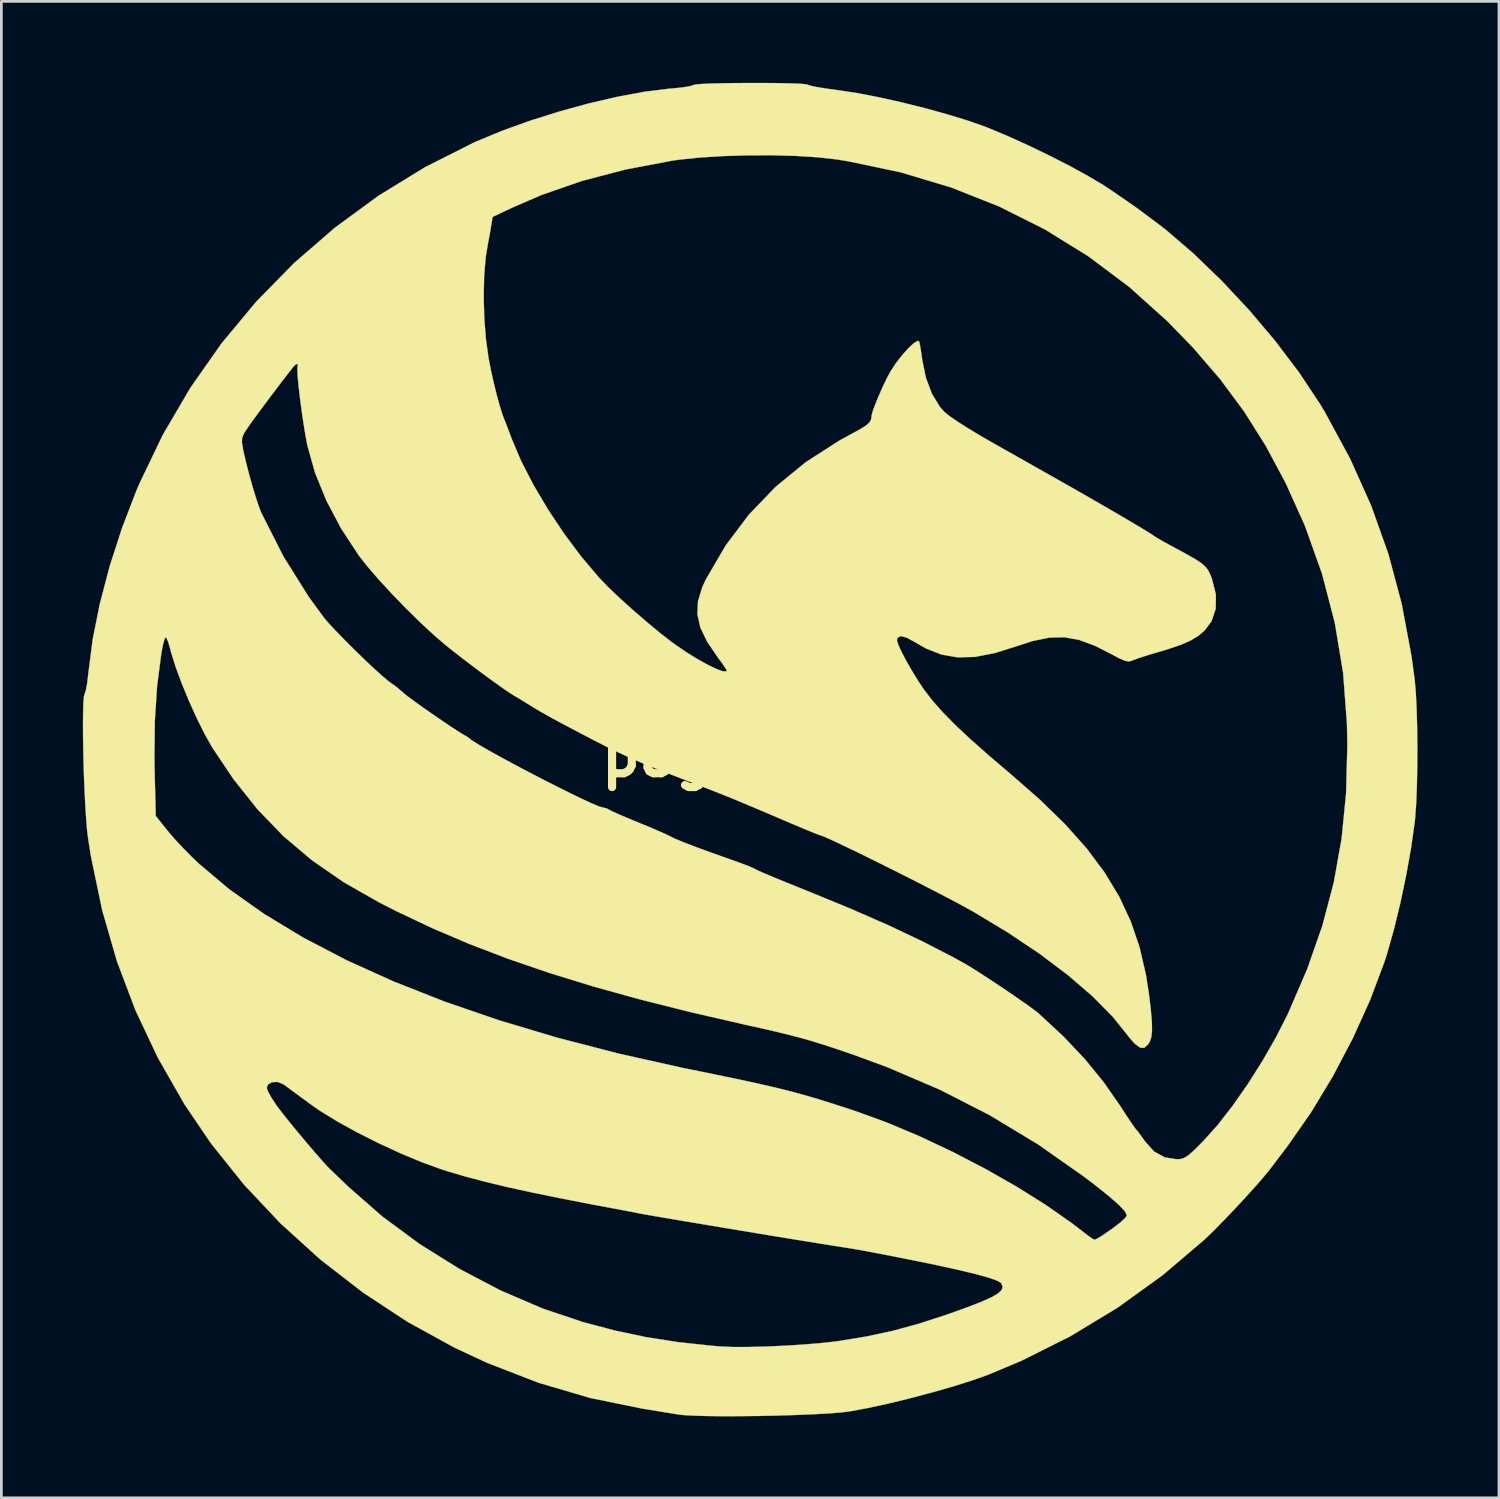
<source format=kicad_pcb>
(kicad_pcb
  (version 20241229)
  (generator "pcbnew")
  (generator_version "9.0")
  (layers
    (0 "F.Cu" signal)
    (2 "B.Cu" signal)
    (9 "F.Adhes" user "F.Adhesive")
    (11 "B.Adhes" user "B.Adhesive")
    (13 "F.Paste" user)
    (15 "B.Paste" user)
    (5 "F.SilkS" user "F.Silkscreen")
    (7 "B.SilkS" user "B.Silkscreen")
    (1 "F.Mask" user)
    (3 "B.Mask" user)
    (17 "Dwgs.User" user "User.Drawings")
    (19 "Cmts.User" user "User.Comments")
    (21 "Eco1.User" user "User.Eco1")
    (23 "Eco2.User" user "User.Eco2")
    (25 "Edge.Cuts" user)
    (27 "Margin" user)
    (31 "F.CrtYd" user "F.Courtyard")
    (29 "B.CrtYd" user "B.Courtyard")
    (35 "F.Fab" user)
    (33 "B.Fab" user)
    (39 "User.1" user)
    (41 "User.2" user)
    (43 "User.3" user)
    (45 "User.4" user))
  (footprint "pega_logo"
    (layer "F.Cu")
    (at 24.889 24.726)
    (property "Reference" "pega_logo" (at 0 0 0) (layer "F.SilkS") (effects (font (size 1.524 1.524) (thickness 0.3))))
    (attr through_hole)
    (fp_poly (pts (xy 0.213 -24.72) (xy 0.698 -24.716) (xy 1.127 -24.707) (xy 1.471 -24.695) (xy 1.702 -24.678) (xy 1.792 -24.658) (xy 1.792 -24.658) (xy 1.882 -24.624) (xy 2.108 -24.576) (xy 2.44 -24.521) (xy 2.845 -24.464) (xy 2.963 -24.449) (xy 3.641 -24.345) (xy 4.42 -24.194) (xy 5.256 -24.007) (xy 6.107 -23.795) (xy 6.928 -23.568) (xy 7.678 -23.339) (xy 8.313 -23.117) (xy 8.44 -23.067) (xy 9.176 -22.758) (xy 9.946 -22.409) (xy 10.715 -22.038) (xy 11.451 -21.661) (xy 12.118 -21.295) (xy 12.684 -20.959) (xy 12.996 -20.753) (xy 13.304 -20.539) (xy 13.661 -20.292) (xy 13.908 -20.122) (xy 14.941 -19.349) (xy 15.995 -18.443) (xy 17.043 -17.431) (xy 18.058 -16.345) (xy 19.015 -15.211) (xy 19.886 -14.059) (xy 20.644 -12.919) (xy 20.823 -12.622) (xy 21.76 -10.895) (xy 22.54 -9.155) (xy 23.172 -7.379) (xy 23.663 -5.543) (xy 24.022 -3.622) (xy 24.14 -2.752) (xy 24.181 -2.283) (xy 24.211 -1.686) (xy 24.23 -1.001) (xy 24.238 -0.267) (xy 24.234 0.473) (xy 24.22 1.182) (xy 24.194 1.817) (xy 24.157 2.339) (xy 24.14 2.498) (xy 24.007 3.437) (xy 23.828 4.438) (xy 23.616 5.449) (xy 23.381 6.417) (xy 23.135 7.291) (xy 23.024 7.64) (xy 22.503 9.027) (xy 21.862 10.444) (xy 21.128 11.842) (xy 20.326 13.17) (xy 19.486 14.375) (xy 19.254 14.683) (xy 19.041 14.964) (xy 18.883 15.174) (xy 18.84 15.23) (xy 18.617 15.506) (xy 18.304 15.868) (xy 17.929 16.284) (xy 17.523 16.721) (xy 17.117 17.147) (xy 16.741 17.53) (xy 16.423 17.837) (xy 16.393 17.865) (xy 14.852 19.174) (xy 13.205 20.36) (xy 11.471 21.411) (xy 9.668 22.316) (xy 8.424 22.837) (xy 7.843 23.043) (xy 7.139 23.265) (xy 6.355 23.489) (xy 5.535 23.706) (xy 4.723 23.902) (xy 3.963 24.067) (xy 3.344 24.181) (xy 3.015 24.221) (xy 2.554 24.257) (xy 1.99 24.288) (xy 1.351 24.314) (xy 0.666 24.335) (xy -0.037 24.35) (xy -0.729 24.357) (xy -1.382 24.358) (xy -1.968 24.351) (xy -2.457 24.336) (xy -2.822 24.313) (xy -2.963 24.295) (xy -3.258 24.247) (xy -3.653 24.183) (xy -4.083 24.113) (xy -4.276 24.083) (xy -6.214 23.687) (xy -8.124 23.124) (xy -10.005 22.395) (xy -11.214 21.831) (xy -12.942 20.881) (xy -14.594 19.793) (xy -16.157 18.581) (xy -17.617 17.256) (xy -18.959 15.831) (xy -20.171 14.317) (xy -21.148 12.876) (xy -21.495 12.269) (xy -18.119 12.269) (xy -18.071 12.41) (xy -17.944 12.639) (xy -17.764 12.912) (xy -17.725 12.966) (xy -17.536 13.213) (xy -17.278 13.536) (xy -16.976 13.904) (xy -16.658 14.283) (xy -16.352 14.643) (xy -16.082 14.952) (xy -15.878 15.177) (xy -15.805 15.251) (xy -15.692 15.359) (xy -15.492 15.551) (xy -15.238 15.794) (xy -15.102 15.924) (xy -13.862 17.01) (xy -12.496 18.018) (xy -11.037 18.93) (xy -9.515 19.729) (xy -7.962 20.396) (xy -6.463 20.899) (xy -5.287 21.209) (xy -4.151 21.449) (xy -2.99 21.631) (xy -1.743 21.765) (xy -1.397 21.793) (xy -0.96 21.811) (xy -0.398 21.811) (xy 0.248 21.795) (xy 0.934 21.765) (xy 1.618 21.723) (xy 2.257 21.67) (xy 2.81 21.61) (xy 2.963 21.589) (xy 3.988 21.418) (xy 4.936 21.214) (xy 5.877 20.957) (xy 6.883 20.63) (xy 7.003 20.589) (xy 7.663 20.352) (xy 8.174 20.154) (xy 8.548 19.987) (xy 8.797 19.843) (xy 8.934 19.715) (xy 8.973 19.595) (xy 8.925 19.476) (xy 8.903 19.447) (xy 8.761 19.364) (xy 8.454 19.257) (xy 7.987 19.128) (xy 7.361 18.977) (xy 6.581 18.805) (xy 5.65 18.613) (xy 4.57 18.401) (xy 3.768 18.248) (xy 3.578 18.216) (xy 3.269 18.165) (xy 2.891 18.105) (xy 2.625 18.063) (xy 2.302 18.012) (xy 1.863 17.942) (xy 1.331 17.855) (xy 0.726 17.756) (xy 0.071 17.648) (xy -0.611 17.535) (xy -1.299 17.42) (xy -1.97 17.308) (xy -2.603 17.202) (xy -3.174 17.106) (xy -3.663 17.023) (xy -4.047 16.957) (xy -4.304 16.912) (xy -4.403 16.893) (xy -4.653 16.842) (xy -4.861 16.802) (xy -6.185 16.555) (xy -7.356 16.327) (xy -8.388 16.115) (xy -9.296 15.915) (xy -10.095 15.723) (xy -10.8 15.537) (xy -11.425 15.353) (xy -11.684 15.271) (xy -12.404 15.01) (xy -13.186 14.684) (xy -13.99 14.313) (xy -14.777 13.917) (xy -15.508 13.515) (xy -16.143 13.126) (xy -16.51 12.872) (xy -16.846 12.623) (xy -17.149 12.4) (xy -17.383 12.228) (xy -17.504 12.14) (xy -17.715 12.053) (xy -17.925 12.061) (xy -18.077 12.151) (xy -18.119 12.269) (xy -21.495 12.269) (xy -22.126 11.165) (xy -22.952 9.416) (xy -23.634 7.611) (xy -24.177 5.731) (xy -24.589 3.759) (xy -24.694 3.101) (xy -24.734 2.767) (xy -24.77 2.329) (xy -24.802 1.811) (xy -24.83 1.239) (xy -24.853 0.639) (xy -24.865 0.217) (xy -22.254 0.217) (xy -22.248 0.559) (xy -22.205 2.261) (xy -21.775 2.802) (xy -21.524 3.096) (xy -21.196 3.448) (xy -20.842 3.805) (xy -20.628 4.009) (xy -19.504 4.958) (xy -18.219 5.868) (xy -16.779 6.739) (xy -15.19 7.568) (xy -13.455 8.353) (xy -11.582 9.092) (xy -9.575 9.782) (xy -7.438 10.421) (xy -5.178 11.007) (xy -2.8 11.538) (xy -2.469 11.605) (xy -1.528 11.797) (xy -0.727 11.964) (xy -0.038 12.113) (xy 0.565 12.251) (xy 1.108 12.386) (xy 1.62 12.523) (xy 2.126 12.67) (xy 2.654 12.834) (xy 3.23 13.02) (xy 3.598 13.142) (xy 4.734 13.557) (xy 5.927 14.06) (xy 7.14 14.633) (xy 8.341 15.257) (xy 9.493 15.913) (xy 10.564 16.585) (xy 11.517 17.252) (xy 11.886 17.536) (xy 12.109 17.708) (xy 12.279 17.826) (xy 12.351 17.864) (xy 12.452 17.822) (xy 12.623 17.72) (xy 12.629 17.716) (xy 13.008 17.455) (xy 13.301 17.23) (xy 13.487 17.057) (xy 13.545 16.96) (xy 13.475 16.819) (xy 13.264 16.592) (xy 12.913 16.282) (xy 12.428 15.891) (xy 11.98 15.549) (xy 10.26 14.342) (xy 8.496 13.277) (xy 6.661 12.338) (xy 4.726 11.51) (xy 3.514 11.064) (xy 2.912 10.857) (xy 2.394 10.686) (xy 1.921 10.54) (xy 1.452 10.408) (xy 0.946 10.279) (xy 0.365 10.141) (xy -0.334 9.984) (xy -0.508 9.946) (xy -2.526 9.481) (xy -4.392 9.012) (xy -6.122 8.532) (xy -7.733 8.035) (xy -9.243 7.517) (xy -10.667 6.972) (xy -12.023 6.394) (xy -13.328 5.776) (xy -13.97 5.45) (xy -15.28 4.704) (xy -16.449 3.897) (xy -17.501 3.009) (xy -18.459 2.017) (xy -19.348 0.9) (xy -20.121 -0.254) (xy -20.395 -0.737) (xy -20.687 -1.322) (xy -20.978 -1.964) (xy -21.247 -2.615) (xy -21.474 -3.229) (xy -21.64 -3.758) (xy -21.673 -3.888) (xy -21.742 -4.129) (xy -21.808 -4.285) (xy -21.84 -4.318) (xy -21.884 -4.241) (xy -21.94 -4.04) (xy -21.996 -3.757) (xy -21.998 -3.747) (xy -22.156 -2.521) (xy -22.241 -1.21) (xy -22.254 0.217) (xy -24.865 0.217) (xy -24.87 0.036) (xy -24.88 -0.545) (xy -24.884 -1.079) (xy -24.88 -1.54) (xy -24.868 -1.903) (xy -24.847 -2.143) (xy -24.824 -2.229) (xy -24.779 -2.356) (xy -24.733 -2.604) (xy -24.694 -2.923) (xy -24.687 -2.99) (xy -24.528 -4.231) (xy -24.262 -5.559) (xy -23.899 -6.938) (xy -23.449 -8.331) (xy -22.922 -9.703) (xy -22.819 -9.947) (xy -22.079 -11.489) (xy -19.034 -11.489) (xy -18.992 -11.237) (xy -18.975 -11.155) (xy -18.88 -10.74) (xy -18.758 -10.273) (xy -18.624 -9.8) (xy -18.491 -9.369) (xy -18.373 -9.029) (xy -18.316 -8.89) (xy -17.504 -7.289) (xy -16.576 -5.806) (xy -16.014 -5.038) (xy -15.833 -4.824) (xy -15.563 -4.535) (xy -15.234 -4.197) (xy -14.871 -3.835) (xy -14.502 -3.478) (xy -14.154 -3.151) (xy -13.855 -2.881) (xy -13.632 -2.695) (xy -13.558 -2.643) (xy -13.344 -2.486) (xy -13.111 -2.29) (xy -13.081 -2.262) (xy -12.937 -2.145) (xy -12.691 -1.963) (xy -12.375 -1.736) (xy -12.019 -1.487) (xy -11.657 -1.239) (xy -11.32 -1.012) (xy -11.04 -0.83) (xy -10.849 -0.713) (xy -10.795 -0.686) (xy -10.677 -0.61) (xy -10.668 -0.6) (xy -10.548 -0.507) (xy -10.301 -0.353) (xy -9.949 -0.15) (xy -9.516 0.091) (xy -9.024 0.356) (xy -8.497 0.635) (xy -7.958 0.915) (xy -7.429 1.184) (xy -6.935 1.43) (xy -6.497 1.641) (xy -6.139 1.806) (xy -5.885 1.912) (xy -5.76 1.947) (xy -5.59 1.988) (xy -5.541 2.018) (xy -5.436 2.076) (xy -5.206 2.181) (xy -4.883 2.32) (xy -4.5 2.478) (xy -4.445 2.501) (xy -4.046 2.665) (xy -3.693 2.816) (xy -3.421 2.937) (xy -3.267 3.013) (xy -3.26 3.017) (xy -3.081 3.105) (xy -2.755 3.239) (xy -2.299 3.414) (xy -1.726 3.623) (xy -1.053 3.862) (xy -0.941 3.901) (xy -0.611 4.02) (xy -0.339 4.126) (xy -0.168 4.202) (xy -0.136 4.221) (xy -0.034 4.272) (xy 0.203 4.376) (xy 0.551 4.522) (xy 0.987 4.702) (xy 1.488 4.905) (xy 1.82 5.038) (xy 3.368 5.674) (xy 4.763 6.285) (xy 6.017 6.879) (xy 7.146 7.461) (xy 7.578 7.699) (xy 7.825 7.847) (xy 8.161 8.06) (xy 8.554 8.317) (xy 8.973 8.595) (xy 9.385 8.875) (xy 9.757 9.133) (xy 10.059 9.349) (xy 10.258 9.5) (xy 10.287 9.524) (xy 11.206 10.377) (xy 11.996 11.211) (xy 12.69 12.062) (xy 13.319 12.967) (xy 13.338 12.996) (xy 13.543 13.313) (xy 13.717 13.573) (xy 13.838 13.747) (xy 13.882 13.801) (xy 13.958 13.889) (xy 14.093 14.073) (xy 14.204 14.232) (xy 14.542 14.611) (xy 14.937 14.831) (xy 15.365 14.899) (xy 15.519 14.891) (xy 15.656 14.85) (xy 15.806 14.756) (xy 15.999 14.588) (xy 16.265 14.324) (xy 16.384 14.203) (xy 16.9 13.624) (xy 17.446 12.921) (xy 17.999 12.129) (xy 18.534 11.283) (xy 19.029 10.42) (xy 19.46 9.574) (xy 19.483 9.524) (xy 20.183 7.9) (xy 20.74 6.307) (xy 21.161 4.715) (xy 21.45 3.095) (xy 21.615 1.418) (xy 21.661 -0.346) (xy 21.646 -1.143) (xy 21.504 -3.016) (xy 21.199 -4.852) (xy 20.729 -6.657) (xy 20.093 -8.437) (xy 19.393 -9.989) (xy 18.661 -11.358) (xy 17.867 -12.62) (xy 16.984 -13.812) (xy 15.986 -14.973) (xy 15.04 -15.948) (xy 13.631 -17.214) (xy 12.126 -18.342) (xy 10.529 -19.33) (xy 8.843 -20.175) (xy 7.074 -20.876) (xy 5.224 -21.431) (xy 3.299 -21.837) (xy 2.857 -21.908) (xy 2.177 -21.985) (xy 1.374 -22.036) (xy 0.492 -22.06) (xy -0.425 -22.058) (xy -1.332 -22.03) (xy -2.186 -21.976) (xy -2.942 -21.898) (xy -3.194 -21.862) (xy -4.921 -21.534) (xy -6.518 -21.115) (xy -8.002 -20.6) (xy -9.072 -20.137) (xy -9.805 -19.792) (xy -9.869 -19.4) (xy -9.914 -19.136) (xy -9.953 -18.931) (xy -9.963 -18.881) (xy -10.059 -18.311) (xy -10.116 -17.623) (xy -10.133 -16.86) (xy -10.112 -16.068) (xy -10.051 -15.293) (xy -9.952 -14.579) (xy -9.869 -14.155) (xy -9.765 -13.691) (xy -9.652 -13.232) (xy -9.54 -12.825) (xy -9.443 -12.515) (xy -9.401 -12.404) (xy -9.336 -12.244) (xy -9.235 -11.978) (xy -9.116 -11.662) (xy -9.102 -11.622) (xy -8.755 -10.805) (xy -8.3 -9.923) (xy -7.763 -9.016) (xy -7.168 -8.124) (xy -6.542 -7.285) (xy -5.911 -6.539) (xy -5.546 -6.158) (xy -5.111 -5.744) (xy -4.616 -5.298) (xy -4.103 -4.856) (xy -3.614 -4.452) (xy -3.19 -4.124) (xy -3.09 -4.052) (xy -2.668 -3.764) (xy -2.258 -3.511) (xy -1.884 -3.302) (xy -1.568 -3.15) (xy -1.334 -3.065) (xy -1.204 -3.06) (xy -1.185 -3.094) (xy -1.233 -3.18) (xy -1.356 -3.36) (xy -1.518 -3.581) (xy -1.909 -4.157) (xy -2.157 -4.677) (xy -2.267 -5.166) (xy -2.242 -5.651) (xy -2.086 -6.161) (xy -1.951 -6.451) (xy -1.223 -7.697) (xy -0.37 -8.83) (xy 0.61 -9.85) (xy 1.715 -10.756) (xy 2.948 -11.551) (xy 3.362 -11.778) (xy 3.718 -11.971) (xy 3.947 -12.115) (xy 4.077 -12.235) (xy 4.135 -12.354) (xy 4.147 -12.477) (xy 4.182 -12.619) (xy 4.274 -12.87) (xy 4.403 -13.185) (xy 4.551 -13.521) (xy 4.7 -13.833) (xy 4.83 -14.079) (xy 4.846 -14.107) (xy 5.046 -14.41) (xy 5.272 -14.701) (xy 5.496 -14.952) (xy 5.693 -15.136) (xy 5.837 -15.225) (xy 5.89 -15.22) (xy 5.918 -15.124) (xy 5.957 -14.903) (xy 6.001 -14.601) (xy 6.011 -14.526) (xy 6.146 -13.867) (xy 6.369 -13.278) (xy 6.663 -12.795) (xy 6.844 -12.594) (xy 7.021 -12.454) (xy 7.314 -12.253) (xy 7.693 -12.012) (xy 8.126 -11.75) (xy 8.467 -11.553) (xy 9.018 -11.241) (xy 9.639 -10.89) (xy 10.263 -10.537) (xy 10.828 -10.217) (xy 11.007 -10.116) (xy 11.593 -9.784) (xy 12.176 -9.45) (xy 12.738 -9.126) (xy 13.257 -8.824) (xy 13.713 -8.556) (xy 14.088 -8.333) (xy 14.361 -8.166) (xy 14.512 -8.069) (xy 14.529 -8.055) (xy 14.644 -7.98) (xy 14.867 -7.85) (xy 15.156 -7.691) (xy 15.249 -7.64) (xy 15.707 -7.394) (xy 16.039 -7.206) (xy 16.271 -7.056) (xy 16.427 -6.923) (xy 16.533 -6.787) (xy 16.613 -6.628) (xy 16.676 -6.468) (xy 16.822 -5.892) (xy 16.816 -5.368) (xy 16.66 -4.905) (xy 16.402 -4.562) (xy 16.172 -4.366) (xy 15.888 -4.195) (xy 15.519 -4.035) (xy 15.033 -3.871) (xy 14.676 -3.765) (xy 14.322 -3.66) (xy 14.012 -3.561) (xy 13.797 -3.483) (xy 13.746 -3.46) (xy 13.625 -3.425) (xy 13.475 -3.45) (xy 13.254 -3.547) (xy 13.018 -3.674) (xy 12.363 -4.007) (xy 11.783 -4.221) (xy 11.236 -4.318) (xy 10.68 -4.302) (xy 10.074 -4.178) (xy 9.483 -3.986) (xy 8.669 -3.731) (xy 7.953 -3.594) (xy 7.309 -3.578) (xy 6.713 -3.682) (xy 6.142 -3.908) (xy 5.776 -4.118) (xy 5.445 -4.301) (xy 5.217 -4.36) (xy 5.098 -4.297) (xy 5.08 -4.206) (xy 5.124 -4.053) (xy 5.241 -3.794) (xy 5.414 -3.464) (xy 5.622 -3.098) (xy 5.846 -2.732) (xy 6.068 -2.4) (xy 6.08 -2.383) (xy 6.385 -1.986) (xy 6.763 -1.559) (xy 7.226 -1.088) (xy 7.789 -0.56) (xy 8.464 0.038) (xy 9.264 0.719) (xy 9.27 0.724) (xy 10.35 1.669) (xy 11.279 2.577) (xy 12.067 3.462) (xy 12.724 4.341) (xy 13.261 5.23) (xy 13.687 6.143) (xy 14.012 7.097) (xy 14.246 8.108) (xy 14.351 8.777) (xy 14.423 9.371) (xy 14.463 9.823) (xy 14.471 10.158) (xy 14.445 10.4) (xy 14.387 10.574) (xy 14.324 10.67) (xy 14.19 10.797) (xy 14.059 10.796) (xy 13.991 10.764) (xy 13.824 10.632) (xy 13.646 10.43) (xy 13.618 10.393) (xy 13.028 9.657) (xy 12.279 8.898) (xy 11.38 8.124) (xy 10.341 7.34) (xy 9.169 6.555) (xy 7.918 5.8) (xy 7.591 5.618) (xy 7.171 5.393) (xy 6.678 5.134) (xy 6.131 4.852) (xy 5.553 4.557) (xy 4.962 4.26) (xy 4.381 3.97) (xy 3.829 3.698) (xy 3.326 3.454) (xy 2.894 3.248) (xy 2.553 3.091) (xy 2.324 2.993) (xy 2.23 2.963) (xy 2.14 2.932) (xy 1.923 2.844) (xy 1.606 2.713) (xy 1.217 2.549) (xy 0.986 2.45) (xy 0.303 2.158) (xy -0.264 1.918) (xy -0.751 1.714) (xy -1.197 1.532) (xy -1.64 1.355) (xy -2.117 1.169) (xy -2.625 0.973) (xy -3.285 0.718) (xy -3.835 0.502) (xy -4.308 0.309) (xy -4.736 0.125) (xy -5.151 -0.066) (xy -5.586 -0.277) (xy -6.074 -0.525) (xy -6.646 -0.824) (xy -7.324 -1.182) (xy -7.685 -1.378) (xy -8.041 -1.579) (xy -8.327 -1.749) (xy -8.382 -1.783) (xy -8.655 -1.954) (xy -8.913 -2.11) (xy -9.009 -2.165) (xy -9.211 -2.293) (xy -9.516 -2.504) (xy -9.894 -2.776) (xy -10.316 -3.088) (xy -10.751 -3.416) (xy -11.17 -3.739) (xy -11.515 -4.012) (xy -11.961 -4.394) (xy -12.464 -4.861) (xy -12.994 -5.381) (xy -13.517 -5.921) (xy -14.004 -6.45) (xy -14.421 -6.933) (xy -14.725 -7.32) (xy -15.379 -8.318) (xy -15.924 -9.348) (xy -16.344 -10.38) (xy -16.624 -11.38) (xy -16.631 -11.413) (xy -16.7 -11.788) (xy -16.771 -12.224) (xy -16.839 -12.69) (xy -16.899 -13.151) (xy -16.948 -13.573) (xy -16.981 -13.924) (xy -16.993 -14.17) (xy -16.986 -14.27) (xy -16.974 -14.38) (xy -17.047 -14.366) (xy -17.136 -14.278) (xy -17.315 -14.051) (xy -17.56 -13.733) (xy -17.843 -13.361) (xy -18.135 -12.973) (xy -18.408 -12.605) (xy -18.635 -12.295) (xy -18.788 -12.08) (xy -18.794 -12.072) (xy -18.95 -11.835) (xy -19.025 -11.665) (xy -19.034 -11.489) (xy -22.079 -11.489) (xy -21.947 -11.765) (xy -20.933 -13.495) (xy -19.786 -15.131) (xy -18.511 -16.664) (xy -17.118 -18.087) (xy -15.613 -19.392) (xy -14.003 -20.571) (xy -12.297 -21.618) (xy -10.501 -22.525) (xy -10.416 -22.563) (xy -9.47 -22.956) (xy -8.438 -23.328) (xy -7.359 -23.668) (xy -6.271 -23.967) (xy -5.212 -24.213) (xy -4.219 -24.397) (xy -3.331 -24.508) (xy -3.237 -24.516) (xy -2.889 -24.549) (xy -2.61 -24.589) (xy -2.439 -24.63) (xy -2.406 -24.649) (xy -2.313 -24.67) (xy -2.078 -24.687) (xy -1.732 -24.701) (xy -1.302 -24.712) (xy -0.815 -24.718) (xy -0.301 -24.721) (xy 0.213 -24.72)) (stroke (width 0.01) (type solid)) (fill yes) (layer "F.SilkS")))
  (gr_rect
    (start -3 -3)
    (end 52.132 52.09)
    (stroke (width 0.1) (type default))
    (fill no)
    (layer "Edge.Cuts")))
</source>
